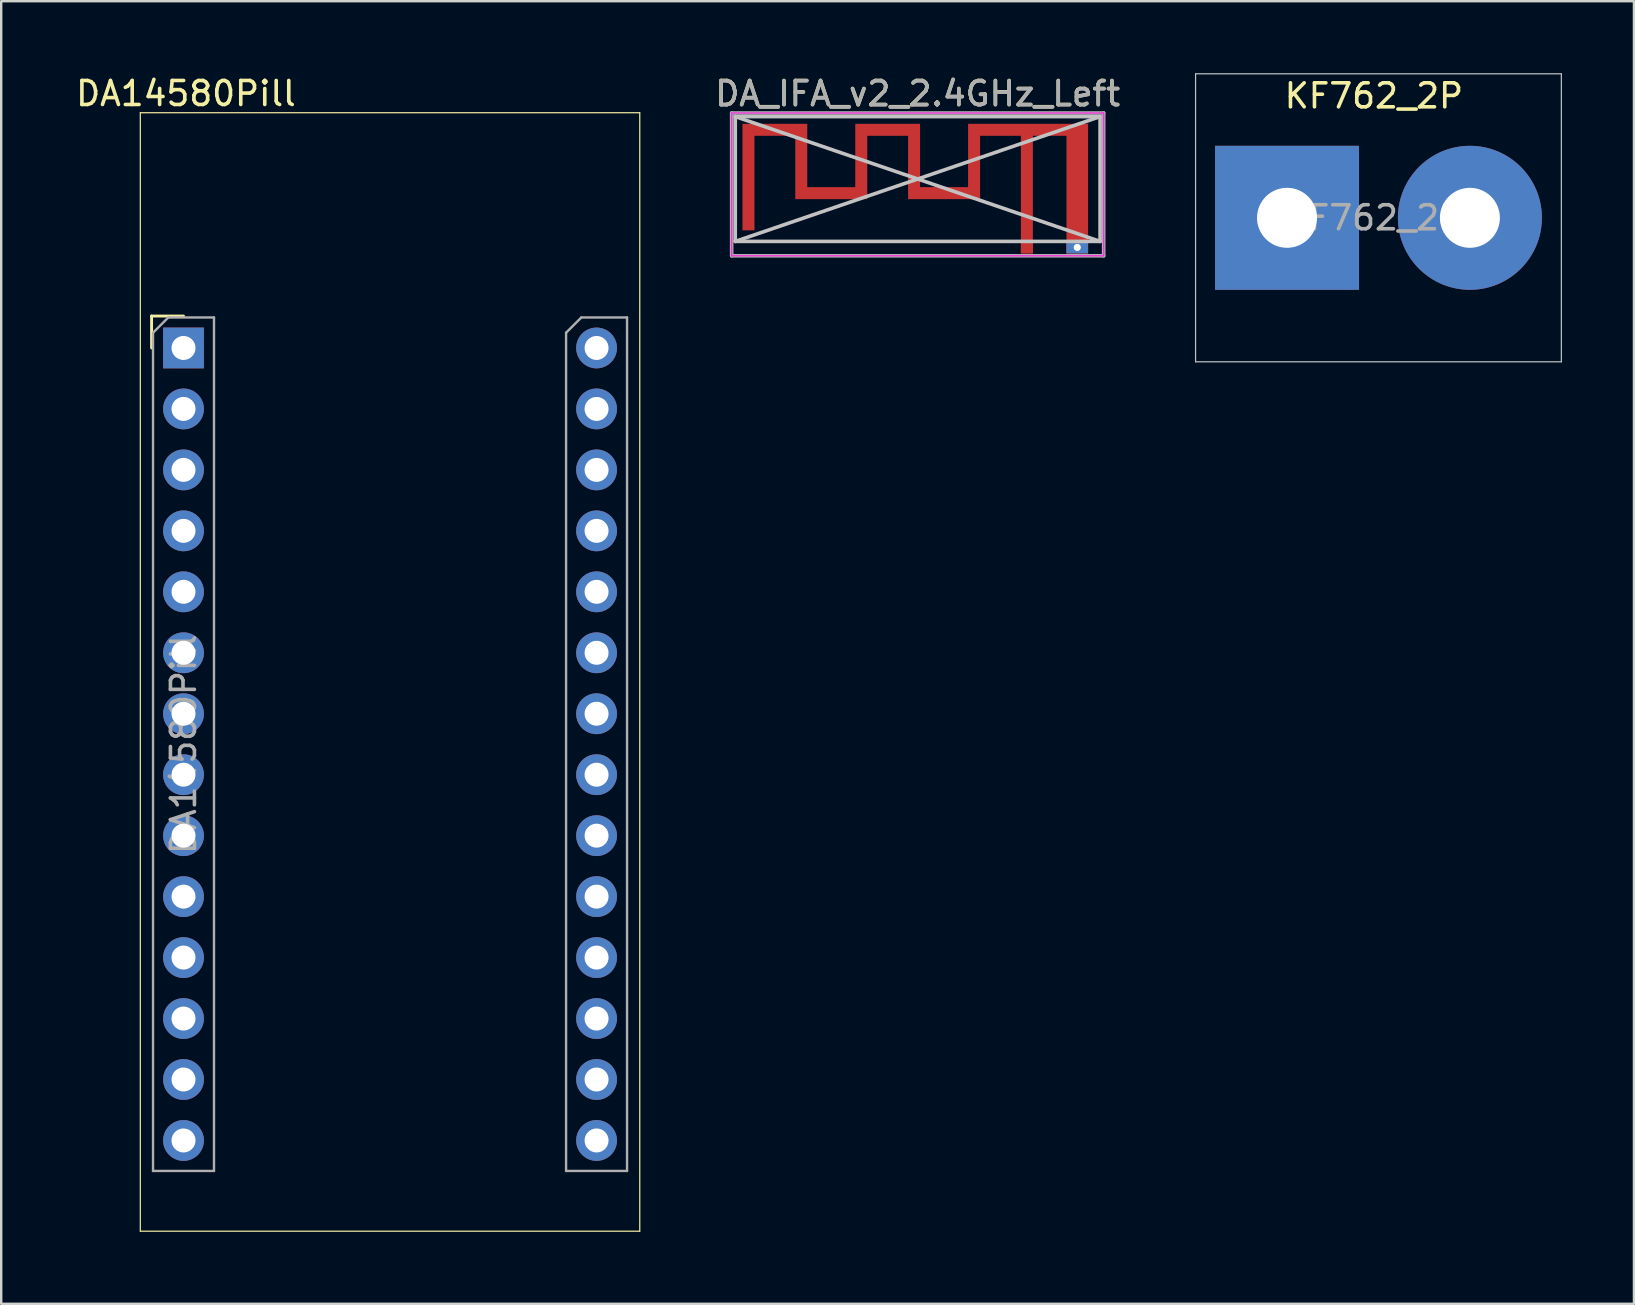
<source format=kicad_pcb>
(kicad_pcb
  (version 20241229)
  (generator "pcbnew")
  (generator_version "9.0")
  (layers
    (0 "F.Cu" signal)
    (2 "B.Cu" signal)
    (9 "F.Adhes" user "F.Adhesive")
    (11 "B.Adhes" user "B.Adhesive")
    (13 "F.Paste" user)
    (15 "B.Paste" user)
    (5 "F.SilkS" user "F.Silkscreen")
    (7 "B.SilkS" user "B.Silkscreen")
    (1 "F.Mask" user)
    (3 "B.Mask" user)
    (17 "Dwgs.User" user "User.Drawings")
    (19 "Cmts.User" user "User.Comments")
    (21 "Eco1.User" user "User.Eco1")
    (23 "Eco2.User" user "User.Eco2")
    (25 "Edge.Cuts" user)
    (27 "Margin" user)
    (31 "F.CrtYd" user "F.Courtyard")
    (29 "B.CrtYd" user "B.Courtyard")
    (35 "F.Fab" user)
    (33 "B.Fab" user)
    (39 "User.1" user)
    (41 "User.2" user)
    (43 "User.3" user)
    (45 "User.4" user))
  (footprint "KF762_2P"
    (layer "F.Cu")
    (at 54.384 6.025)
    (property "Reference" "KF762_2P" (at -0.19 -5.08 0) (layer "F.SilkS") (effects (font (size 1 1) (thickness 0.15))))
    (attr exclude_from_pos_files exclude_from_bom)
    (fp_line (start -7.62 -6) (end -7.62 6) (stroke (width 0.05) (type solid)) (layer "Dwgs.User"))
    (fp_line (start -7.62 -6) (end 7.62 -6) (stroke (width 0.05) (type solid)) (layer "Dwgs.User"))
    (fp_line (start 7.62 6) (end -7.62 6) (stroke (width 0.05) (type solid)) (layer "Dwgs.User"))
    (fp_line (start 7.62 6) (end 7.62 -6) (stroke (width 0.05) (type solid)) (layer "Dwgs.User"))
    (fp_text user "${REFERENCE}" (at -0.19 0 0) (layer "F.Fab") (effects (font (size 1 1) (thickness 0.15))))
    (pad "1" thru_hole rect (at -3.81 0) (size 5.999 5.999) (drill 2.499) (layers "*.Cu" "*.Mask"))
    (pad "2" thru_hole circle (at 3.81 0) (size 5.999 5.999) (drill 2.499) (layers "*.Cu" "*.Mask")))
  (footprint "DA_IFA_v2_2.4GHz_Left"
    (layer "F.Cu")
    (at 39.735 7.258)
    (property "Reference" "DA_IFA_v2_2.4GHz_Left" (at -4.55 -6.41 0) (layer "F.SilkS") (effects (font (size 1 1) (thickness 0.15))))
    (attr exclude_from_pos_files exclude_from_bom)
    (fp_poly (pts (xy -2.45 -2.51) (xy -4.45 -2.51) (xy -4.45 -5.15) (xy -7.15 -5.15) (xy -7.15 -2.51) (xy -9.15 -2.51) (xy -9.15 -5.15) (xy -11.85 -5.15) (xy -11.85 -0.71) (xy -11.35 -0.71) (xy -11.35 -4.65) (xy -9.65 -4.65) (xy -9.65 -2.01) (xy -6.65 -2.01) (xy -6.65 -4.65) (xy -4.95 -4.65) (xy -4.95 -2.01) (xy -1.95 -2.01) (xy -1.95 -4.65) (xy -0.25 -4.65) (xy -0.25 0.25) (xy 0.25 0.25) (xy 0.25 -4.65) (xy 1.65 -4.65) (xy 1.65 0.25) (xy 2.55 0.25) (xy 2.55 0.007) (xy 2.248 0.007) (xy 2.238 0.054) (xy 2.214 0.097) (xy 2.176 0.13) (xy 2.168 0.134) (xy 2.125 0.146) (xy 2.077 0.145) (xy 2.031 0.132) (xy 2.013 0.122) (xy 1.979 0.087) (xy 1.958 0.041) (xy 1.952 -0.008) (xy 1.96 -0.056) (xy 1.977 -0.089) (xy 2.012 -0.121) (xy 2.058 -0.141) (xy 2.107 -0.148) (xy 2.155 -0.14) (xy 2.188 -0.123) (xy 2.223 -0.086) (xy 2.243 -0.042) (xy 2.248 0.007) (xy 2.55 0.007) (xy 2.55 -5.15) (xy -2.45 -5.15) (xy -2.45 -2.51)) (stroke (width 0) (type solid)) (fill yes) (layer "F.Cu"))
    (fp_line (start -12.15 -0.25) (end -12.15 -5.45) (stroke (width 0.15) (type solid)) (layer "Dwgs.User"))
    (fp_line (start 3.05 -5.45) (end -12.15 -5.45) (stroke (width 0.15) (type solid)) (layer "Dwgs.User"))
    (fp_line (start 3.05 -5.45) (end -12.15 -0.25) (stroke (width 0.15) (type solid)) (layer "Dwgs.User"))
    (fp_line (start 3.05 -0.25) (end -12.15 -5.45) (stroke (width 0.15) (type solid)) (layer "Dwgs.User"))
    (fp_line (start 3.05 -0.25) (end -12.15 -0.25) (stroke (width 0.15) (type solid)) (layer "Dwgs.User"))
    (fp_line (start 3.05 -0.25) (end 3.05 -5.45) (stroke (width 0.15) (type solid)) (layer "Dwgs.User"))
    (fp_line (start -12.3 -5.6) (end -12.3 0.35) (stroke (width 0.05) (type solid)) (layer "F.CrtYd"))
    (fp_line (start -12.3 0.35) (end 3.2 0.35) (stroke (width 0.05) (type solid)) (layer "F.CrtYd"))
    (fp_line (start 3.2 -5.6) (end -12.3 -5.6) (stroke (width 0.05) (type solid)) (layer "F.CrtYd"))
    (fp_line (start 3.2 0.35) (end 3.2 -5.6) (stroke (width 0.05) (type solid)) (layer "F.CrtYd"))
    (fp_line (start -12.3 -5.6) (end -12.3 0.35) (stroke (width 0.15) (type solid)) (layer "F.Fab"))
    (fp_line (start -12.3 0.35) (end 3.2 0.35) (stroke (width 0.15) (type solid)) (layer "F.Fab"))
    (fp_line (start 3.2 -5.6) (end -12.3 -5.6) (stroke (width 0.15) (type solid)) (layer "F.Fab"))
    (fp_line (start 3.2 0.35) (end 3.2 -5.6) (stroke (width 0.15) (type solid)) (layer "F.Fab"))
    (fp_text user "${REFERENCE}" (at -4.55 -6.4 0) (layer "F.Fab") (effects (font (size 1 1) (thickness 0.15))))
    (pad "1" connect rect (at 0 0) (size 0.5 0.5) (layers "F.Cu"))
    (pad "2" thru_hole rect (at 2.1 0) (size 0.9 0.5) (drill 0.3) (layers "*.Cu")))
  (footprint "DA14580Pill"
    (layer "F.Cu")
    (at 4.596 11.448)
    (property "Reference" "DA14580Pill" (at 0.1 -10.6 0) (layer "F.SilkS") (effects (font (size 1 1) (thickness 0.15))))
    (attr through_hole)
    (fp_line (start -1.8 -9.8) (end -1.8 36.8) (stroke (width 0.05) (type solid)) (layer "F.SilkS"))
    (fp_line (start -1.8 36.8) (end 19.01 36.8) (stroke (width 0.05) (type solid)) (layer "F.SilkS"))
    (fp_line (start -1.33 -1.33) (end 0 -1.33) (stroke (width 0.12) (type solid)) (layer "F.SilkS"))
    (fp_line (start -1.33 0) (end -1.33 -1.33) (stroke (width 0.12) (type solid)) (layer "F.SilkS"))
    (fp_line (start 19.01 -9.8) (end -1.8 -9.8) (stroke (width 0.05) (type solid)) (layer "F.SilkS"))
    (fp_line (start 19.01 36.8) (end 19.01 -9.8) (stroke (width 0.05) (type solid)) (layer "F.SilkS"))
    (fp_line (start -1.27 -0.635) (end -0.635 -1.27) (stroke (width 0.1) (type solid)) (layer "F.Fab"))
    (fp_line (start -1.27 34.29) (end -1.27 -0.635) (stroke (width 0.1) (type solid)) (layer "F.Fab"))
    (fp_line (start -0.635 -1.27) (end 1.27 -1.27) (stroke (width 0.1) (type solid)) (layer "F.Fab"))
    (fp_line (start 1.27 -1.27) (end 1.27 34.29) (stroke (width 0.1) (type solid)) (layer "F.Fab"))
    (fp_line (start 1.27 34.29) (end -1.27 34.29) (stroke (width 0.1) (type solid)) (layer "F.Fab"))
    (fp_line (start 15.94 -0.635) (end 16.575 -1.27) (stroke (width 0.1) (type solid)) (layer "F.Fab"))
    (fp_line (start 15.94 34.29) (end 15.94 -0.635) (stroke (width 0.1) (type solid)) (layer "F.Fab"))
    (fp_line (start 16.575 -1.27) (end 18.48 -1.27) (stroke (width 0.1) (type solid)) (layer "F.Fab"))
    (fp_line (start 18.48 -1.27) (end 18.48 34.29) (stroke (width 0.1) (type solid)) (layer "F.Fab"))
    (fp_line (start 18.48 34.29) (end 15.94 34.29) (stroke (width 0.1) (type solid)) (layer "F.Fab"))
    (fp_text user "${REFERENCE}" (at 0 16.51 90) (layer "F.Fab") (effects (font (size 1 1) (thickness 0.15))))
    (pad "1" thru_hole rect (at 0 0) (size 1.7 1.7) (drill 1) (layers "*.Cu" "*.Mask"))
    (pad "2" thru_hole oval (at 0 2.54) (size 1.7 1.7) (drill 1) (layers "*.Cu" "*.Mask"))
    (pad "3" thru_hole oval (at 0 5.08) (size 1.7 1.7) (drill 1) (layers "*.Cu" "*.Mask"))
    (pad "4" thru_hole oval (at 0 7.62) (size 1.7 1.7) (drill 1) (layers "*.Cu" "*.Mask"))
    (pad "5" thru_hole oval (at 0 10.16) (size 1.7 1.7) (drill 1) (layers "*.Cu" "*.Mask"))
    (pad "6" thru_hole oval (at 0 12.7) (size 1.7 1.7) (drill 1) (layers "*.Cu" "*.Mask"))
    (pad "7" thru_hole oval (at 0 15.24) (size 1.7 1.7) (drill 1) (layers "*.Cu" "*.Mask"))
    (pad "8" thru_hole oval (at 0 17.78) (size 1.7 1.7) (drill 1) (layers "*.Cu" "*.Mask"))
    (pad "9" thru_hole oval (at 0 20.32) (size 1.7 1.7) (drill 1) (layers "*.Cu" "*.Mask"))
    (pad "10" thru_hole oval (at 0 22.86) (size 1.7 1.7) (drill 1) (layers "*.Cu" "*.Mask"))
    (pad "11" thru_hole oval (at 0 25.4) (size 1.7 1.7) (drill 1) (layers "*.Cu" "*.Mask"))
    (pad "12" thru_hole oval (at 0 27.94) (size 1.7 1.7) (drill 1) (layers "*.Cu" "*.Mask"))
    (pad "13" thru_hole oval (at 0 30.48) (size 1.7 1.7) (drill 1) (layers "*.Cu" "*.Mask"))
    (pad "14" thru_hole oval (at 0 33.02) (size 1.7 1.7) (drill 1) (layers "*.Cu" "*.Mask"))
    (pad "15" thru_hole oval (at 17.21 33.02) (size 1.7 1.7) (drill 1) (layers "*.Cu" "*.Mask"))
    (pad "16" thru_hole oval (at 17.21 30.48) (size 1.7 1.7) (drill 1) (layers "*.Cu" "*.Mask"))
    (pad "17" thru_hole oval (at 17.21 27.94) (size 1.7 1.7) (drill 1) (layers "*.Cu" "*.Mask"))
    (pad "18" thru_hole oval (at 17.21 25.4) (size 1.7 1.7) (drill 1) (layers "*.Cu" "*.Mask"))
    (pad "19" thru_hole oval (at 17.21 22.86) (size 1.7 1.7) (drill 1) (layers "*.Cu" "*.Mask"))
    (pad "20" thru_hole oval (at 17.21 20.32) (size 1.7 1.7) (drill 1) (layers "*.Cu" "*.Mask"))
    (pad "21" thru_hole oval (at 17.21 17.78) (size 1.7 1.7) (drill 1) (layers "*.Cu" "*.Mask"))
    (pad "22" thru_hole oval (at 17.21 15.24) (size 1.7 1.7) (drill 1) (layers "*.Cu" "*.Mask"))
    (pad "23" thru_hole oval (at 17.21 12.7) (size 1.7 1.7) (drill 1) (layers "*.Cu" "*.Mask"))
    (pad "24" thru_hole oval (at 17.21 10.16) (size 1.7 1.7) (drill 1) (layers "*.Cu" "*.Mask"))
    (pad "25" thru_hole oval (at 17.21 7.62) (size 1.7 1.7) (drill 1) (layers "*.Cu" "*.Mask"))
    (pad "26" thru_hole oval (at 17.21 5.08) (size 1.7 1.7) (drill 1) (layers "*.Cu" "*.Mask"))
    (pad "27" thru_hole oval (at 17.21 2.54) (size 1.7 1.7) (drill 1) (layers "*.Cu" "*.Mask"))
    (pad "28" thru_hole oval (at 17.21 0) (size 1.7 1.7) (drill 1) (layers "*.Cu" "*.Mask")))
  (gr_rect
    (start -3 -3)
    (end 65.029 51.273)
    (stroke (width 0.1) (type default))
    (fill no)
    (layer "Edge.Cuts")))
</source>
